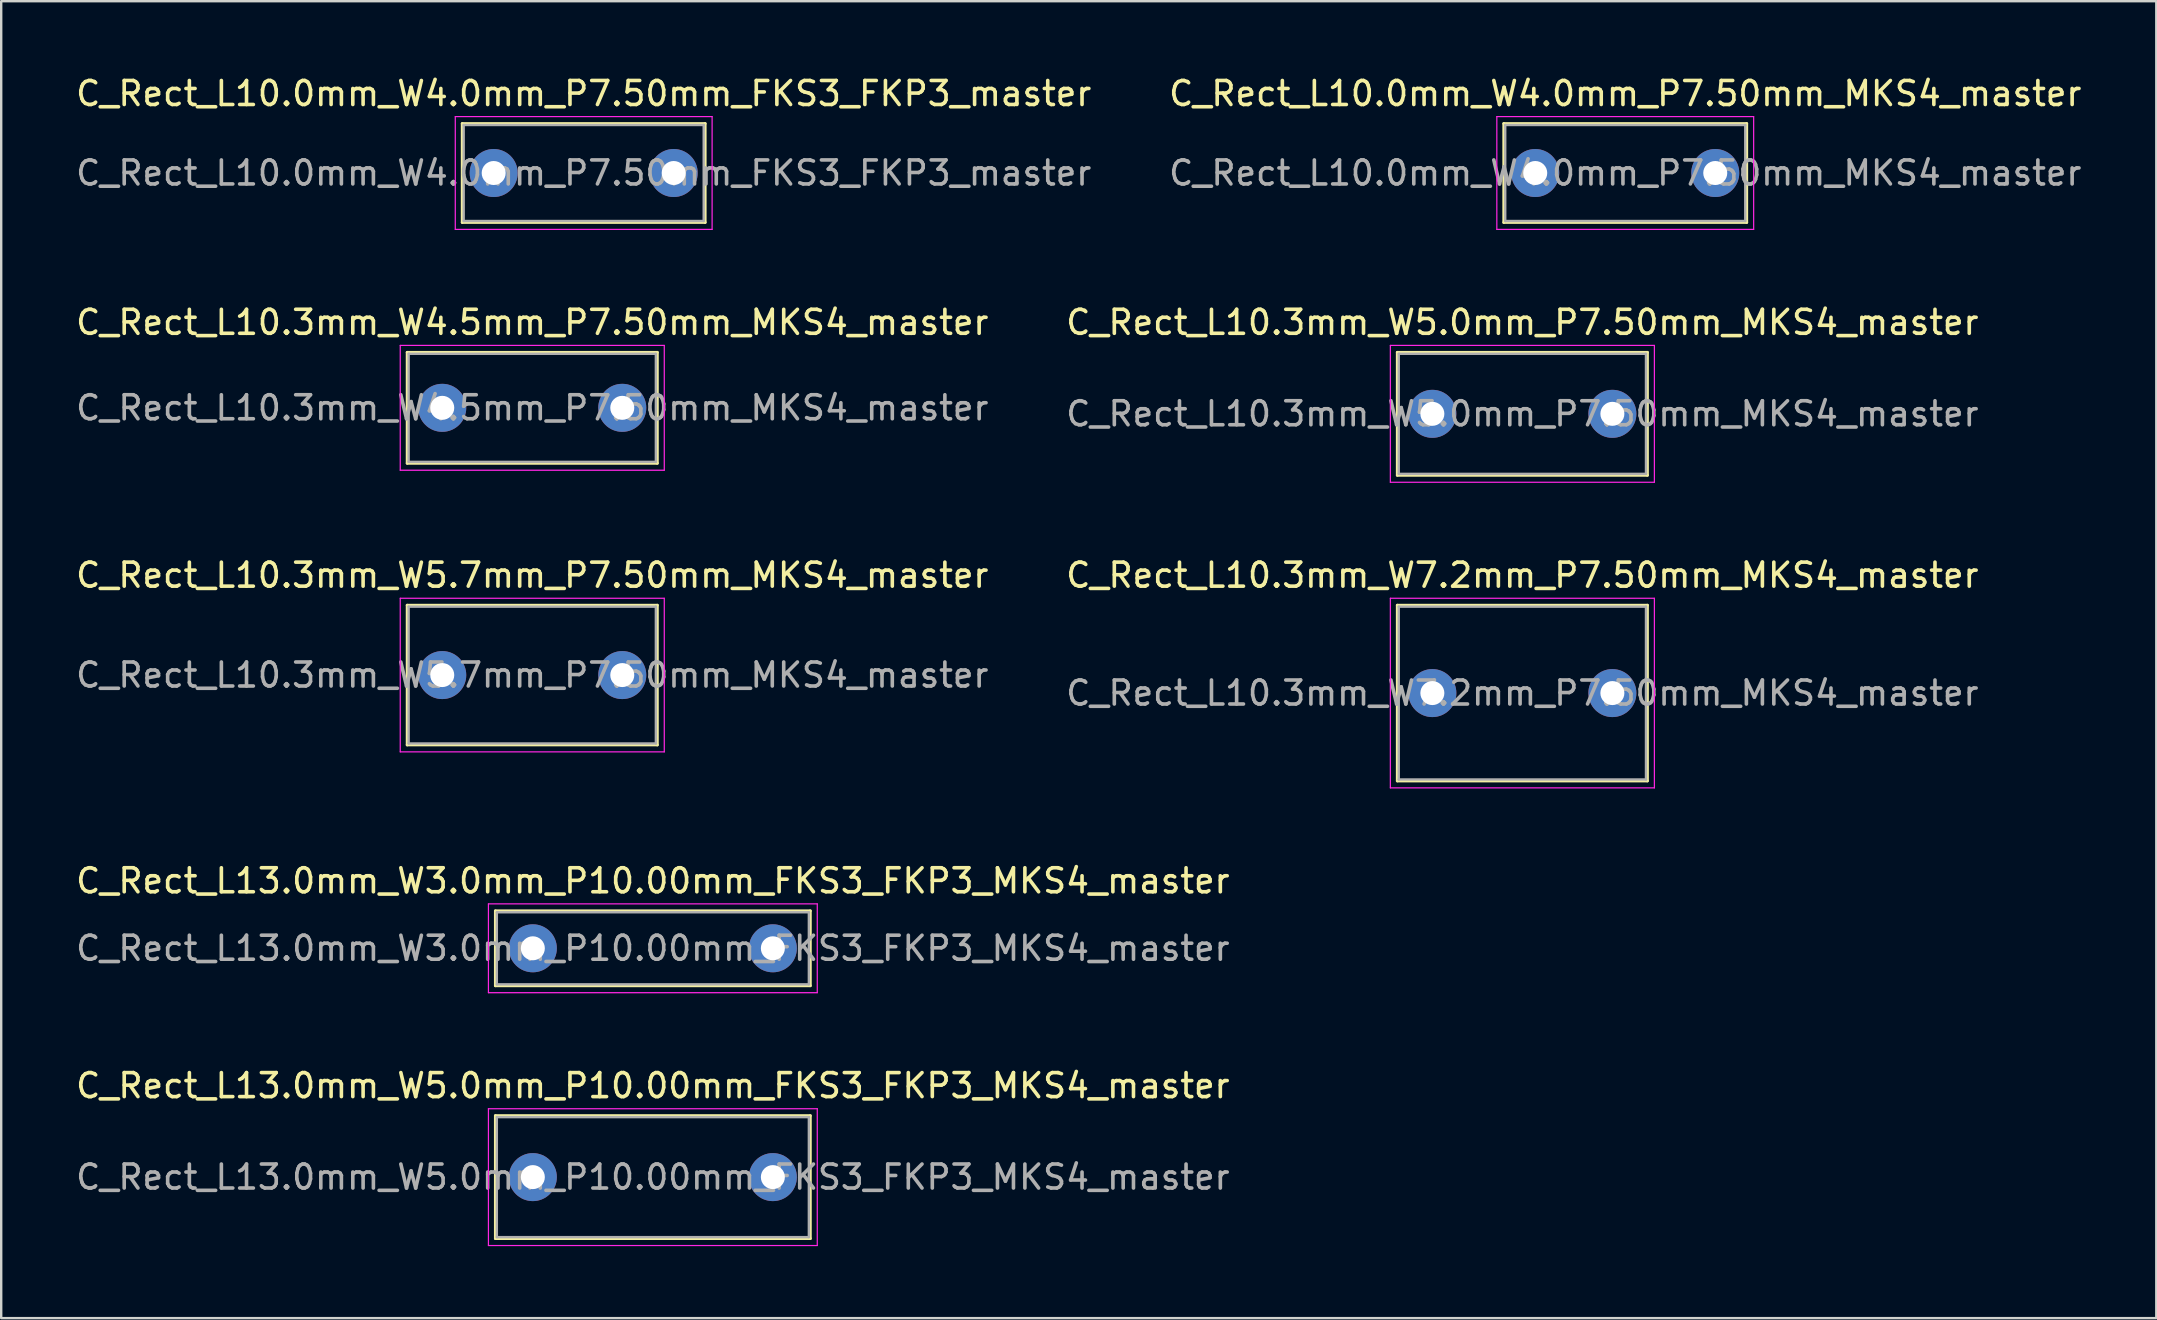
<source format=kicad_pcb>
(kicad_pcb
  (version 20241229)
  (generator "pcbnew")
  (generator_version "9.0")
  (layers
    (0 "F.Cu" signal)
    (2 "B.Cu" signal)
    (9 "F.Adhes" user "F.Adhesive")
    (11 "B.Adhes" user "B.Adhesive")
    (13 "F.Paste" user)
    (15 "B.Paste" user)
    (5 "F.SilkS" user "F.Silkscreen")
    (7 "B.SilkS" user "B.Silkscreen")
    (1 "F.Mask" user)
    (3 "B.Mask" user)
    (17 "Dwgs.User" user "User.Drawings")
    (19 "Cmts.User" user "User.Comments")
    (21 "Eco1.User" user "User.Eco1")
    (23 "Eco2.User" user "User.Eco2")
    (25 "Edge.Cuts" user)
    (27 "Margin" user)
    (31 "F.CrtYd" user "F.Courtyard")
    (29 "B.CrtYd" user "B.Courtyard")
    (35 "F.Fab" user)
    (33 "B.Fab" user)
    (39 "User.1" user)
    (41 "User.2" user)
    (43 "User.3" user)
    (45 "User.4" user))
  (footprint "C_Rect_L13.0mm_W3.0mm_P10.00mm_FKS3_FKP3_MKS4_master"
    (layer "F.Cu")
    (at 19.149 36.458)
    (property "Reference" "C_Rect_L13.0mm_W3.0mm_P10.00mm_FKS3_FKP3_MKS4_master" (at 5 -2.81 0) (layer "F.SilkS") (effects (font (size 1 1) (thickness 0.15))))
    (attr through_hole)
    (fp_line (start -1.56 -1.56) (end -1.56 1.56) (stroke (width 0.12) (type solid)) (layer "F.SilkS"))
    (fp_line (start -1.56 -1.56) (end 11.56 -1.56) (stroke (width 0.12) (type solid)) (layer "F.SilkS"))
    (fp_line (start -1.56 1.56) (end 11.56 1.56) (stroke (width 0.12) (type solid)) (layer "F.SilkS"))
    (fp_line (start 11.56 -1.56) (end 11.56 1.56) (stroke (width 0.12) (type solid)) (layer "F.SilkS"))
    (fp_line (start -1.85 -1.85) (end -1.85 1.85) (stroke (width 0.05) (type solid)) (layer "F.CrtYd"))
    (fp_line (start -1.85 1.85) (end 11.85 1.85) (stroke (width 0.05) (type solid)) (layer "F.CrtYd"))
    (fp_line (start 11.85 -1.85) (end -1.85 -1.85) (stroke (width 0.05) (type solid)) (layer "F.CrtYd"))
    (fp_line (start 11.85 1.85) (end 11.85 -1.85) (stroke (width 0.05) (type solid)) (layer "F.CrtYd"))
    (fp_line (start -1.5 -1.5) (end -1.5 1.5) (stroke (width 0.1) (type solid)) (layer "F.Fab"))
    (fp_line (start -1.5 1.5) (end 11.5 1.5) (stroke (width 0.1) (type solid)) (layer "F.Fab"))
    (fp_line (start 11.5 -1.5) (end -1.5 -1.5) (stroke (width 0.1) (type solid)) (layer "F.Fab"))
    (fp_line (start 11.5 1.5) (end 11.5 -1.5) (stroke (width 0.1) (type solid)) (layer "F.Fab"))
    (fp_text user "${REFERENCE}" (at 5 0 0) (layer "F.Fab") (effects (font (size 1 1) (thickness 0.15))))
    (pad "1" thru_hole circle (at 0 0) (size 2 2) (drill 1) (layers "*.Cu" "*.Mask"))
    (pad "2" thru_hole circle (at 10 0) (size 2 2) (drill 1) (layers "*.Cu" "*.Mask")))
  (footprint "C_Rect_L10.3mm_W5.0mm_P7.50mm_MKS4_master"
    (layer "F.Cu")
    (at 56.625 14.191)
    (property "Reference" "C_Rect_L10.3mm_W5.0mm_P7.50mm_MKS4_master" (at 3.75 -3.81 0) (layer "F.SilkS") (effects (font (size 1 1) (thickness 0.15))))
    (attr through_hole)
    (fp_line (start -1.46 -2.56) (end -1.46 2.56) (stroke (width 0.12) (type solid)) (layer "F.SilkS"))
    (fp_line (start -1.46 -2.56) (end 8.96 -2.56) (stroke (width 0.12) (type solid)) (layer "F.SilkS"))
    (fp_line (start -1.46 2.56) (end 8.96 2.56) (stroke (width 0.12) (type solid)) (layer "F.SilkS"))
    (fp_line (start 8.96 -2.56) (end 8.96 2.56) (stroke (width 0.12) (type solid)) (layer "F.SilkS"))
    (fp_line (start -1.75 -2.85) (end -1.75 2.85) (stroke (width 0.05) (type solid)) (layer "F.CrtYd"))
    (fp_line (start -1.75 2.85) (end 9.25 2.85) (stroke (width 0.05) (type solid)) (layer "F.CrtYd"))
    (fp_line (start 9.25 -2.85) (end -1.75 -2.85) (stroke (width 0.05) (type solid)) (layer "F.CrtYd"))
    (fp_line (start 9.25 2.85) (end 9.25 -2.85) (stroke (width 0.05) (type solid)) (layer "F.CrtYd"))
    (fp_line (start -1.4 -2.5) (end -1.4 2.5) (stroke (width 0.1) (type solid)) (layer "F.Fab"))
    (fp_line (start -1.4 2.5) (end 8.9 2.5) (stroke (width 0.1) (type solid)) (layer "F.Fab"))
    (fp_line (start 8.9 -2.5) (end -1.4 -2.5) (stroke (width 0.1) (type solid)) (layer "F.Fab"))
    (fp_line (start 8.9 2.5) (end 8.9 -2.5) (stroke (width 0.1) (type solid)) (layer "F.Fab"))
    (fp_text user "${REFERENCE}" (at 3.75 0 0) (layer "F.Fab") (effects (font (size 1 1) (thickness 0.15))))
    (pad "1" thru_hole circle (at 0 0) (size 2 2) (drill 1) (layers "*.Cu" "*.Mask"))
    (pad "2" thru_hole circle (at 7.5 0) (size 2 2) (drill 1) (layers "*.Cu" "*.Mask")))
  (footprint "C_Rect_L10.3mm_W7.2mm_P7.50mm_MKS4_master"
    (layer "F.Cu")
    (at 56.625 25.825)
    (property "Reference" "C_Rect_L10.3mm_W7.2mm_P7.50mm_MKS4_master" (at 3.75 -4.91 0) (layer "F.SilkS") (effects (font (size 1 1) (thickness 0.15))))
    (attr through_hole)
    (fp_line (start -1.46 -3.66) (end -1.46 3.66) (stroke (width 0.12) (type solid)) (layer "F.SilkS"))
    (fp_line (start -1.46 -3.66) (end 8.96 -3.66) (stroke (width 0.12) (type solid)) (layer "F.SilkS"))
    (fp_line (start -1.46 3.66) (end 8.96 3.66) (stroke (width 0.12) (type solid)) (layer "F.SilkS"))
    (fp_line (start 8.96 -3.66) (end 8.96 3.66) (stroke (width 0.12) (type solid)) (layer "F.SilkS"))
    (fp_line (start -1.75 -3.95) (end -1.75 3.95) (stroke (width 0.05) (type solid)) (layer "F.CrtYd"))
    (fp_line (start -1.75 3.95) (end 9.25 3.95) (stroke (width 0.05) (type solid)) (layer "F.CrtYd"))
    (fp_line (start 9.25 -3.95) (end -1.75 -3.95) (stroke (width 0.05) (type solid)) (layer "F.CrtYd"))
    (fp_line (start 9.25 3.95) (end 9.25 -3.95) (stroke (width 0.05) (type solid)) (layer "F.CrtYd"))
    (fp_line (start -1.4 -3.6) (end -1.4 3.6) (stroke (width 0.1) (type solid)) (layer "F.Fab"))
    (fp_line (start -1.4 3.6) (end 8.9 3.6) (stroke (width 0.1) (type solid)) (layer "F.Fab"))
    (fp_line (start 8.9 -3.6) (end -1.4 -3.6) (stroke (width 0.1) (type solid)) (layer "F.Fab"))
    (fp_line (start 8.9 3.6) (end 8.9 -3.6) (stroke (width 0.1) (type solid)) (layer "F.Fab"))
    (fp_text user "${REFERENCE}" (at 3.75 0 0) (layer "F.Fab") (effects (font (size 1 1) (thickness 0.15))))
    (pad "1" thru_hole circle (at 0 0) (size 2 2) (drill 1) (layers "*.Cu" "*.Mask"))
    (pad "2" thru_hole circle (at 7.5 0) (size 2 2) (drill 1) (layers "*.Cu" "*.Mask")))
  (footprint "C_Rect_L10.0mm_W4.0mm_P7.50mm_MKS4_master"
    (layer "F.Cu")
    (at 60.911 4.158)
    (property "Reference" "C_Rect_L10.0mm_W4.0mm_P7.50mm_MKS4_master" (at 3.75 -3.31 0) (layer "F.SilkS") (effects (font (size 1 1) (thickness 0.15))))
    (attr through_hole)
    (fp_line (start -1.31 -2.06) (end -1.31 2.06) (stroke (width 0.12) (type solid)) (layer "F.SilkS"))
    (fp_line (start -1.31 -2.06) (end 8.81 -2.06) (stroke (width 0.12) (type solid)) (layer "F.SilkS"))
    (fp_line (start -1.31 2.06) (end 8.81 2.06) (stroke (width 0.12) (type solid)) (layer "F.SilkS"))
    (fp_line (start 8.81 -2.06) (end 8.81 2.06) (stroke (width 0.12) (type solid)) (layer "F.SilkS"))
    (fp_line (start -1.6 -2.35) (end -1.6 2.35) (stroke (width 0.05) (type solid)) (layer "F.CrtYd"))
    (fp_line (start -1.6 2.35) (end 9.1 2.35) (stroke (width 0.05) (type solid)) (layer "F.CrtYd"))
    (fp_line (start 9.1 -2.35) (end -1.6 -2.35) (stroke (width 0.05) (type solid)) (layer "F.CrtYd"))
    (fp_line (start 9.1 2.35) (end 9.1 -2.35) (stroke (width 0.05) (type solid)) (layer "F.CrtYd"))
    (fp_line (start -1.25 -2) (end -1.25 2) (stroke (width 0.1) (type solid)) (layer "F.Fab"))
    (fp_line (start -1.25 2) (end 8.75 2) (stroke (width 0.1) (type solid)) (layer "F.Fab"))
    (fp_line (start 8.75 -2) (end -1.25 -2) (stroke (width 0.1) (type solid)) (layer "F.Fab"))
    (fp_line (start 8.75 2) (end 8.75 -2) (stroke (width 0.1) (type solid)) (layer "F.Fab"))
    (fp_text user "${REFERENCE}" (at 3.75 0 0) (layer "F.Fab") (effects (font (size 1 1) (thickness 0.15))))
    (pad "1" thru_hole circle (at 0 0) (size 2 2) (drill 1) (layers "*.Cu" "*.Mask"))
    (pad "2" thru_hole circle (at 7.5 0) (size 2 2) (drill 1) (layers "*.Cu" "*.Mask")))
  (footprint "C_Rect_L10.3mm_W5.7mm_P7.50mm_MKS4_master"
    (layer "F.Cu")
    (at 15.375 25.075)
    (property "Reference" "C_Rect_L10.3mm_W5.7mm_P7.50mm_MKS4_master" (at 3.75 -4.16 0) (layer "F.SilkS") (effects (font (size 1 1) (thickness 0.15))))
    (attr through_hole)
    (fp_line (start -1.46 -2.91) (end -1.46 2.91) (stroke (width 0.12) (type solid)) (layer "F.SilkS"))
    (fp_line (start -1.46 -2.91) (end 8.96 -2.91) (stroke (width 0.12) (type solid)) (layer "F.SilkS"))
    (fp_line (start -1.46 2.91) (end 8.96 2.91) (stroke (width 0.12) (type solid)) (layer "F.SilkS"))
    (fp_line (start 8.96 -2.91) (end 8.96 2.91) (stroke (width 0.12) (type solid)) (layer "F.SilkS"))
    (fp_line (start -1.75 -3.2) (end -1.75 3.2) (stroke (width 0.05) (type solid)) (layer "F.CrtYd"))
    (fp_line (start -1.75 3.2) (end 9.25 3.2) (stroke (width 0.05) (type solid)) (layer "F.CrtYd"))
    (fp_line (start 9.25 -3.2) (end -1.75 -3.2) (stroke (width 0.05) (type solid)) (layer "F.CrtYd"))
    (fp_line (start 9.25 3.2) (end 9.25 -3.2) (stroke (width 0.05) (type solid)) (layer "F.CrtYd"))
    (fp_line (start -1.4 -2.85) (end -1.4 2.85) (stroke (width 0.1) (type solid)) (layer "F.Fab"))
    (fp_line (start -1.4 2.85) (end 8.9 2.85) (stroke (width 0.1) (type solid)) (layer "F.Fab"))
    (fp_line (start 8.9 -2.85) (end -1.4 -2.85) (stroke (width 0.1) (type solid)) (layer "F.Fab"))
    (fp_line (start 8.9 2.85) (end 8.9 -2.85) (stroke (width 0.1) (type solid)) (layer "F.Fab"))
    (fp_text user "${REFERENCE}" (at 3.75 0 0) (layer "F.Fab") (effects (font (size 1 1) (thickness 0.15))))
    (pad "1" thru_hole circle (at 0 0) (size 2 2) (drill 1) (layers "*.Cu" "*.Mask"))
    (pad "2" thru_hole circle (at 7.5 0) (size 2 2) (drill 1) (layers "*.Cu" "*.Mask")))
  (footprint "C_Rect_L10.0mm_W4.0mm_P7.50mm_FKS3_FKP3_master"
    (layer "F.Cu")
    (at 17.518 4.158)
    (property "Reference" "C_Rect_L10.0mm_W4.0mm_P7.50mm_FKS3_FKP3_master" (at 3.75 -3.31 0) (layer "F.SilkS") (effects (font (size 1 1) (thickness 0.15))))
    (attr through_hole)
    (fp_line (start -1.31 -2.06) (end -1.31 2.06) (stroke (width 0.12) (type solid)) (layer "F.SilkS"))
    (fp_line (start -1.31 -2.06) (end 8.81 -2.06) (stroke (width 0.12) (type solid)) (layer "F.SilkS"))
    (fp_line (start -1.31 2.06) (end 8.81 2.06) (stroke (width 0.12) (type solid)) (layer "F.SilkS"))
    (fp_line (start 8.81 -2.06) (end 8.81 2.06) (stroke (width 0.12) (type solid)) (layer "F.SilkS"))
    (fp_line (start -1.6 -2.35) (end -1.6 2.35) (stroke (width 0.05) (type solid)) (layer "F.CrtYd"))
    (fp_line (start -1.6 2.35) (end 9.1 2.35) (stroke (width 0.05) (type solid)) (layer "F.CrtYd"))
    (fp_line (start 9.1 -2.35) (end -1.6 -2.35) (stroke (width 0.05) (type solid)) (layer "F.CrtYd"))
    (fp_line (start 9.1 2.35) (end 9.1 -2.35) (stroke (width 0.05) (type solid)) (layer "F.CrtYd"))
    (fp_line (start -1.25 -2) (end -1.25 2) (stroke (width 0.1) (type solid)) (layer "F.Fab"))
    (fp_line (start -1.25 2) (end 8.75 2) (stroke (width 0.1) (type solid)) (layer "F.Fab"))
    (fp_line (start 8.75 -2) (end -1.25 -2) (stroke (width 0.1) (type solid)) (layer "F.Fab"))
    (fp_line (start 8.75 2) (end 8.75 -2) (stroke (width 0.1) (type solid)) (layer "F.Fab"))
    (fp_text user "${REFERENCE}" (at 3.75 0 0) (layer "F.Fab") (effects (font (size 1 1) (thickness 0.15))))
    (pad "1" thru_hole circle (at 0 0) (size 2 2) (drill 1) (layers "*.Cu" "*.Mask"))
    (pad "2" thru_hole circle (at 7.5 0) (size 2 2) (drill 1) (layers "*.Cu" "*.Mask")))
  (footprint "C_Rect_L13.0mm_W5.0mm_P10.00mm_FKS3_FKP3_MKS4_master"
    (layer "F.Cu")
    (at 19.149 45.991)
    (property "Reference" "C_Rect_L13.0mm_W5.0mm_P10.00mm_FKS3_FKP3_MKS4_master" (at 5 -3.81 0) (layer "F.SilkS") (effects (font (size 1 1) (thickness 0.15))))
    (attr through_hole)
    (fp_line (start -1.56 -2.56) (end -1.56 2.56) (stroke (width 0.12) (type solid)) (layer "F.SilkS"))
    (fp_line (start -1.56 -2.56) (end 11.56 -2.56) (stroke (width 0.12) (type solid)) (layer "F.SilkS"))
    (fp_line (start -1.56 2.56) (end 11.56 2.56) (stroke (width 0.12) (type solid)) (layer "F.SilkS"))
    (fp_line (start 11.56 -2.56) (end 11.56 2.56) (stroke (width 0.12) (type solid)) (layer "F.SilkS"))
    (fp_line (start -1.85 -2.85) (end -1.85 2.85) (stroke (width 0.05) (type solid)) (layer "F.CrtYd"))
    (fp_line (start -1.85 2.85) (end 11.85 2.85) (stroke (width 0.05) (type solid)) (layer "F.CrtYd"))
    (fp_line (start 11.85 -2.85) (end -1.85 -2.85) (stroke (width 0.05) (type solid)) (layer "F.CrtYd"))
    (fp_line (start 11.85 2.85) (end 11.85 -2.85) (stroke (width 0.05) (type solid)) (layer "F.CrtYd"))
    (fp_line (start -1.5 -2.5) (end -1.5 2.5) (stroke (width 0.1) (type solid)) (layer "F.Fab"))
    (fp_line (start -1.5 2.5) (end 11.5 2.5) (stroke (width 0.1) (type solid)) (layer "F.Fab"))
    (fp_line (start 11.5 -2.5) (end -1.5 -2.5) (stroke (width 0.1) (type solid)) (layer "F.Fab"))
    (fp_line (start 11.5 2.5) (end 11.5 -2.5) (stroke (width 0.1) (type solid)) (layer "F.Fab"))
    (fp_text user "${REFERENCE}" (at 5 0 0) (layer "F.Fab") (effects (font (size 1 1) (thickness 0.15))))
    (pad "1" thru_hole circle (at 0 0) (size 2 2) (drill 1) (layers "*.Cu" "*.Mask"))
    (pad "2" thru_hole circle (at 10 0) (size 2 2) (drill 1) (layers "*.Cu" "*.Mask")))
  (footprint "C_Rect_L10.3mm_W4.5mm_P7.50mm_MKS4_master"
    (layer "F.Cu")
    (at 15.375 13.941)
    (property "Reference" "C_Rect_L10.3mm_W4.5mm_P7.50mm_MKS4_master" (at 3.75 -3.56 0) (layer "F.SilkS") (effects (font (size 1 1) (thickness 0.15))))
    (attr through_hole)
    (fp_line (start -1.46 -2.31) (end -1.46 2.31) (stroke (width 0.12) (type solid)) (layer "F.SilkS"))
    (fp_line (start -1.46 -2.31) (end 8.96 -2.31) (stroke (width 0.12) (type solid)) (layer "F.SilkS"))
    (fp_line (start -1.46 2.31) (end 8.96 2.31) (stroke (width 0.12) (type solid)) (layer "F.SilkS"))
    (fp_line (start 8.96 -2.31) (end 8.96 2.31) (stroke (width 0.12) (type solid)) (layer "F.SilkS"))
    (fp_line (start -1.75 -2.6) (end -1.75 2.6) (stroke (width 0.05) (type solid)) (layer "F.CrtYd"))
    (fp_line (start -1.75 2.6) (end 9.25 2.6) (stroke (width 0.05) (type solid)) (layer "F.CrtYd"))
    (fp_line (start 9.25 -2.6) (end -1.75 -2.6) (stroke (width 0.05) (type solid)) (layer "F.CrtYd"))
    (fp_line (start 9.25 2.6) (end 9.25 -2.6) (stroke (width 0.05) (type solid)) (layer "F.CrtYd"))
    (fp_line (start -1.4 -2.25) (end -1.4 2.25) (stroke (width 0.1) (type solid)) (layer "F.Fab"))
    (fp_line (start -1.4 2.25) (end 8.9 2.25) (stroke (width 0.1) (type solid)) (layer "F.Fab"))
    (fp_line (start 8.9 -2.25) (end -1.4 -2.25) (stroke (width 0.1) (type solid)) (layer "F.Fab"))
    (fp_line (start 8.9 2.25) (end 8.9 -2.25) (stroke (width 0.1) (type solid)) (layer "F.Fab"))
    (fp_text user "${REFERENCE}" (at 3.75 0 0) (layer "F.Fab") (effects (font (size 1 1) (thickness 0.15))))
    (pad "1" thru_hole circle (at 0 0) (size 2 2) (drill 1) (layers "*.Cu" "*.Mask"))
    (pad "2" thru_hole circle (at 7.5 0) (size 2 2) (drill 1) (layers "*.Cu" "*.Mask")))
  (gr_rect
    (start -3 -3)
    (end 86.786 51.866)
    (stroke (width 0.1) (type default))
    (fill no)
    (layer "Edge.Cuts")))
</source>
